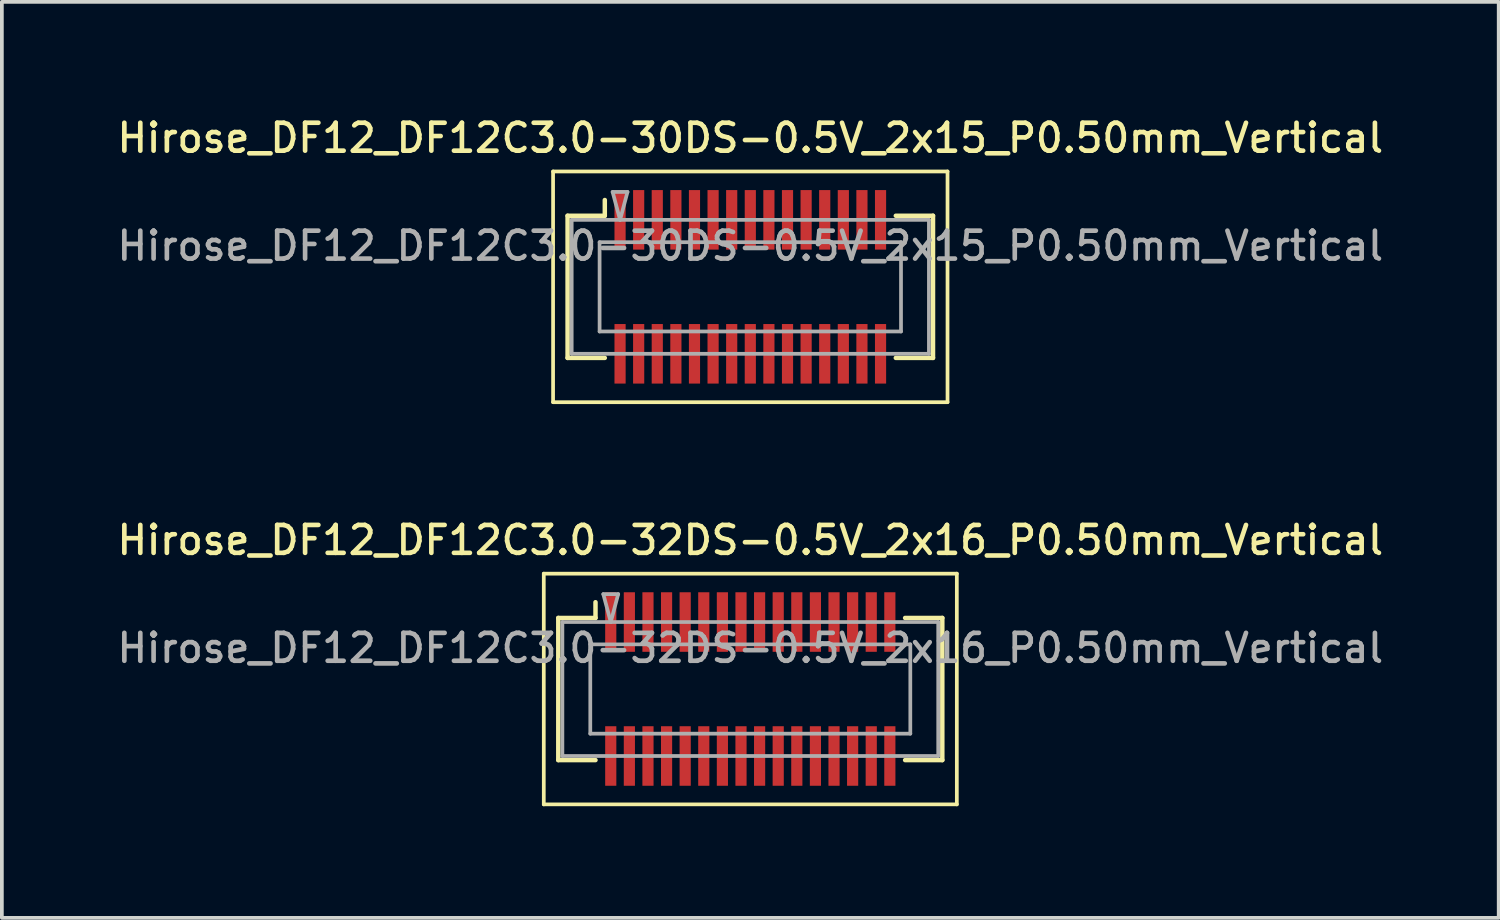
<source format=kicad_pcb>
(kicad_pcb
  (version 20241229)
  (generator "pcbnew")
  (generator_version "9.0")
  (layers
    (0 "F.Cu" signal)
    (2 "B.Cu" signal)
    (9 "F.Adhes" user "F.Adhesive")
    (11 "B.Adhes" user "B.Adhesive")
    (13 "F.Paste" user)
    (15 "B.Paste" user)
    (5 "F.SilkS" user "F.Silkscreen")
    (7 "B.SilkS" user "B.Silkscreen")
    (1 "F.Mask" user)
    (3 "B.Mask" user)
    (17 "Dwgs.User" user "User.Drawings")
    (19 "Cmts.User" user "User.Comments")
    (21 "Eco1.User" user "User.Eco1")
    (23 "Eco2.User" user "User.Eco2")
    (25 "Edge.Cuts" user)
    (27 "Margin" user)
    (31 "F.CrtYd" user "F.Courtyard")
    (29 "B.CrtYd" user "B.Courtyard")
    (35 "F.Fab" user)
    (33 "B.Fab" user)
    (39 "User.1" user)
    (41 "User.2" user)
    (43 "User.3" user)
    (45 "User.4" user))
  (footprint "Hirose_DF12_DF12C3.0-30DS-0.5V_2x15_P0.50mm_Vertical"
    (layer "F.Cu")
    (at 17.113 4.658)
    (property "Reference" "Hirose_DF12_DF12C3.0-30DS-0.5V_2x15_P0.50mm_Vertical" (at 0 -4 0) (layer "F.SilkS") (effects (font (size 0.75 0.75) (thickness 0.125))))
    (attr smd)
    (fp_line (start -5.3 -3.1) (end -5.3 3.1) (stroke (width 0.1) (type solid)) (layer "F.SilkS"))
    (fp_line (start -5.3 3.1) (end 5.3 3.1) (stroke (width 0.1) (type solid)) (layer "F.SilkS"))
    (fp_line (start -4.91 -1.91) (end -3.91 -1.91) (stroke (width 0.12) (type solid)) (layer "F.SilkS"))
    (fp_line (start -4.91 1.91) (end -4.91 -1.91) (stroke (width 0.12) (type solid)) (layer "F.SilkS"))
    (fp_line (start -3.91 -1.91) (end -3.91 -2.333) (stroke (width 0.12) (type solid)) (layer "F.SilkS"))
    (fp_line (start -3.91 1.91) (end -4.91 1.91) (stroke (width 0.12) (type solid)) (layer "F.SilkS"))
    (fp_line (start 3.91 1.91) (end 4.91 1.91) (stroke (width 0.12) (type solid)) (layer "F.SilkS"))
    (fp_line (start 4.91 -1.91) (end 3.91 -1.91) (stroke (width 0.12) (type solid)) (layer "F.SilkS"))
    (fp_line (start 4.91 1.91) (end 4.91 -1.91) (stroke (width 0.12) (type solid)) (layer "F.SilkS"))
    (fp_line (start 5.3 -3.1) (end -5.3 -3.1) (stroke (width 0.1) (type solid)) (layer "F.SilkS"))
    (fp_line (start 5.3 3.1) (end 5.3 -3.1) (stroke (width 0.1) (type solid)) (layer "F.SilkS"))
    (fp_line (start -4.8 -1.8) (end 4.8 -1.8) (stroke (width 0.1) (type solid)) (layer "F.Fab"))
    (fp_line (start -4.8 1.8) (end -4.8 -1.8) (stroke (width 0.1) (type solid)) (layer "F.Fab"))
    (fp_line (start -4.05 -1.2) (end 4.05 -1.2) (stroke (width 0.1) (type solid)) (layer "F.Fab"))
    (fp_line (start -4.05 1.2) (end -4.05 -1.2) (stroke (width 0.1) (type solid)) (layer "F.Fab"))
    (fp_line (start -3.7 -2.55) (end -3.5 -1.8) (stroke (width 0.1) (type solid)) (layer "F.Fab"))
    (fp_line (start -3.5 -1.8) (end -3.3 -2.55) (stroke (width 0.1) (type solid)) (layer "F.Fab"))
    (fp_line (start -3.3 -2.55) (end -3.7 -2.55) (stroke (width 0.1) (type solid)) (layer "F.Fab"))
    (fp_line (start 4.05 -1.2) (end 4.05 1.2) (stroke (width 0.1) (type solid)) (layer "F.Fab"))
    (fp_line (start 4.05 1.2) (end -4.05 1.2) (stroke (width 0.1) (type solid)) (layer "F.Fab"))
    (fp_line (start 4.8 -1.8) (end 4.8 1.8) (stroke (width 0.1) (type solid)) (layer "F.Fab"))
    (fp_line (start 4.8 1.8) (end -4.8 1.8) (stroke (width 0.1) (type solid)) (layer "F.Fab"))
    (fp_text user "${REFERENCE}" (at 0 -1.1 0) (layer "F.Fab") (effects (font (size 0.75 0.75) (thickness 0.125))))
    (pad "" smd rect (at -3.5 -2) (size 0.28 1.2) (layers "F.Paste"))
    (pad "" smd rect (at -3.5 2) (size 0.28 1.2) (layers "F.Paste"))
    (pad "" smd rect (at -3 -2) (size 0.28 1.2) (layers "F.Paste"))
    (pad "" smd rect (at -3 2) (size 0.28 1.2) (layers "F.Paste"))
    (pad "" smd rect (at -2.5 -2) (size 0.28 1.2) (layers "F.Paste"))
    (pad "" smd rect (at -2.5 2) (size 0.28 1.2) (layers "F.Paste"))
    (pad "" smd rect (at -2 -2) (size 0.28 1.2) (layers "F.Paste"))
    (pad "" smd rect (at -2 2) (size 0.28 1.2) (layers "F.Paste"))
    (pad "" smd rect (at -1.5 -2) (size 0.28 1.2) (layers "F.Paste"))
    (pad "" smd rect (at -1.5 2) (size 0.28 1.2) (layers "F.Paste"))
    (pad "" smd rect (at -1 -2) (size 0.28 1.2) (layers "F.Paste"))
    (pad "" smd rect (at -1 2) (size 0.28 1.2) (layers "F.Paste"))
    (pad "" smd rect (at -0.5 -2) (size 0.28 1.2) (layers "F.Paste"))
    (pad "" smd rect (at -0.5 2) (size 0.28 1.2) (layers "F.Paste"))
    (pad "" smd rect (at 0 -2) (size 0.28 1.2) (layers "F.Paste"))
    (pad "" smd rect (at 0 2) (size 0.28 1.2) (layers "F.Paste"))
    (pad "" smd rect (at 0.5 -2) (size 0.28 1.2) (layers "F.Paste"))
    (pad "" smd rect (at 0.5 2) (size 0.28 1.2) (layers "F.Paste"))
    (pad "" smd rect (at 1 -2) (size 0.28 1.2) (layers "F.Paste"))
    (pad "" smd rect (at 1 2) (size 0.28 1.2) (layers "F.Paste"))
    (pad "" smd rect (at 1.5 -2) (size 0.28 1.2) (layers "F.Paste"))
    (pad "" smd rect (at 1.5 2) (size 0.28 1.2) (layers "F.Paste"))
    (pad "" smd rect (at 2 -2) (size 0.28 1.2) (layers "F.Paste"))
    (pad "" smd rect (at 2 2) (size 0.28 1.2) (layers "F.Paste"))
    (pad "" smd rect (at 2.5 -2) (size 0.28 1.2) (layers "F.Paste"))
    (pad "" smd rect (at 2.5 2) (size 0.28 1.2) (layers "F.Paste"))
    (pad "" smd rect (at 3 -2) (size 0.28 1.2) (layers "F.Paste"))
    (pad "" smd rect (at 3 2) (size 0.28 1.2) (layers "F.Paste"))
    (pad "" smd rect (at 3.5 -2) (size 0.28 1.2) (layers "F.Paste"))
    (pad "" smd rect (at 3.5 2) (size 0.28 1.2) (layers "F.Paste"))
    (pad "1" smd rect (at -3.5 -1.8) (size 0.3 1.6) (layers "F.Cu" "F.Mask"))
    (pad "2" smd rect (at -3 -1.8) (size 0.3 1.6) (layers "F.Cu" "F.Mask"))
    (pad "3" smd rect (at -2.5 -1.8) (size 0.3 1.6) (layers "F.Cu" "F.Mask"))
    (pad "4" smd rect (at -2 -1.8) (size 0.3 1.6) (layers "F.Cu" "F.Mask"))
    (pad "5" smd rect (at -1.5 -1.8) (size 0.3 1.6) (layers "F.Cu" "F.Mask"))
    (pad "6" smd rect (at -1 -1.8) (size 0.3 1.6) (layers "F.Cu" "F.Mask"))
    (pad "7" smd rect (at -0.5 -1.8) (size 0.3 1.6) (layers "F.Cu" "F.Mask"))
    (pad "8" smd rect (at 0 -1.8) (size 0.3 1.6) (layers "F.Cu" "F.Mask"))
    (pad "9" smd rect (at 0.5 -1.8) (size 0.3 1.6) (layers "F.Cu" "F.Mask"))
    (pad "10" smd rect (at 1 -1.8) (size 0.3 1.6) (layers "F.Cu" "F.Mask"))
    (pad "11" smd rect (at 1.5 -1.8) (size 0.3 1.6) (layers "F.Cu" "F.Mask"))
    (pad "12" smd rect (at 2 -1.8) (size 0.3 1.6) (layers "F.Cu" "F.Mask"))
    (pad "13" smd rect (at 2.5 -1.8) (size 0.3 1.6) (layers "F.Cu" "F.Mask"))
    (pad "14" smd rect (at 3 -1.8) (size 0.3 1.6) (layers "F.Cu" "F.Mask"))
    (pad "15" smd rect (at 3.5 -1.8) (size 0.3 1.6) (layers "F.Cu" "F.Mask"))
    (pad "16" smd rect (at -3.5 1.8) (size 0.3 1.6) (layers "F.Cu" "F.Mask"))
    (pad "17" smd rect (at -3 1.8) (size 0.3 1.6) (layers "F.Cu" "F.Mask"))
    (pad "18" smd rect (at -2.5 1.8) (size 0.3 1.6) (layers "F.Cu" "F.Mask"))
    (pad "19" smd rect (at -2 1.8) (size 0.3 1.6) (layers "F.Cu" "F.Mask"))
    (pad "20" smd rect (at -1.5 1.8) (size 0.3 1.6) (layers "F.Cu" "F.Mask"))
    (pad "21" smd rect (at -1 1.8) (size 0.3 1.6) (layers "F.Cu" "F.Mask"))
    (pad "22" smd rect (at -0.5 1.8) (size 0.3 1.6) (layers "F.Cu" "F.Mask"))
    (pad "23" smd rect (at 0 1.8) (size 0.3 1.6) (layers "F.Cu" "F.Mask"))
    (pad "24" smd rect (at 0.5 1.8) (size 0.3 1.6) (layers "F.Cu" "F.Mask"))
    (pad "25" smd rect (at 1 1.8) (size 0.3 1.6) (layers "F.Cu" "F.Mask"))
    (pad "26" smd rect (at 1.5 1.8) (size 0.3 1.6) (layers "F.Cu" "F.Mask"))
    (pad "27" smd rect (at 2 1.8) (size 0.3 1.6) (layers "F.Cu" "F.Mask"))
    (pad "28" smd rect (at 2.5 1.8) (size 0.3 1.6) (layers "F.Cu" "F.Mask"))
    (pad "29" smd rect (at 3 1.8) (size 0.3 1.6) (layers "F.Cu" "F.Mask"))
    (pad "30" smd rect (at 3.5 1.8) (size 0.3 1.6) (layers "F.Cu" "F.Mask")))
  (footprint "Hirose_DF12_DF12C3.0-32DS-0.5V_2x16_P0.50mm_Vertical"
    (layer "F.Cu")
    (at 17.113 15.466)
    (property "Reference" "Hirose_DF12_DF12C3.0-32DS-0.5V_2x16_P0.50mm_Vertical" (at 0 -4 0) (layer "F.SilkS") (effects (font (size 0.75 0.75) (thickness 0.125))))
    (attr smd)
    (fp_line (start -5.55 -3.1) (end -5.55 3.1) (stroke (width 0.1) (type solid)) (layer "F.SilkS"))
    (fp_line (start -5.55 3.1) (end 5.55 3.1) (stroke (width 0.1) (type solid)) (layer "F.SilkS"))
    (fp_line (start -5.16 -1.91) (end -4.16 -1.91) (stroke (width 0.12) (type solid)) (layer "F.SilkS"))
    (fp_line (start -5.16 1.91) (end -5.16 -1.91) (stroke (width 0.12) (type solid)) (layer "F.SilkS"))
    (fp_line (start -4.16 -1.91) (end -4.16 -2.333) (stroke (width 0.12) (type solid)) (layer "F.SilkS"))
    (fp_line (start -4.16 1.91) (end -5.16 1.91) (stroke (width 0.12) (type solid)) (layer "F.SilkS"))
    (fp_line (start 4.16 1.91) (end 5.16 1.91) (stroke (width 0.12) (type solid)) (layer "F.SilkS"))
    (fp_line (start 5.16 -1.91) (end 4.16 -1.91) (stroke (width 0.12) (type solid)) (layer "F.SilkS"))
    (fp_line (start 5.16 1.91) (end 5.16 -1.91) (stroke (width 0.12) (type solid)) (layer "F.SilkS"))
    (fp_line (start 5.55 -3.1) (end -5.55 -3.1) (stroke (width 0.1) (type solid)) (layer "F.SilkS"))
    (fp_line (start 5.55 3.1) (end 5.55 -3.1) (stroke (width 0.1) (type solid)) (layer "F.SilkS"))
    (fp_line (start -5.05 -1.8) (end 5.05 -1.8) (stroke (width 0.1) (type solid)) (layer "F.Fab"))
    (fp_line (start -5.05 1.8) (end -5.05 -1.8) (stroke (width 0.1) (type solid)) (layer "F.Fab"))
    (fp_line (start -4.3 -1.2) (end 4.3 -1.2) (stroke (width 0.1) (type solid)) (layer "F.Fab"))
    (fp_line (start -4.3 1.2) (end -4.3 -1.2) (stroke (width 0.1) (type solid)) (layer "F.Fab"))
    (fp_line (start -3.95 -2.55) (end -3.75 -1.8) (stroke (width 0.1) (type solid)) (layer "F.Fab"))
    (fp_line (start -3.75 -1.8) (end -3.55 -2.55) (stroke (width 0.1) (type solid)) (layer "F.Fab"))
    (fp_line (start -3.55 -2.55) (end -3.95 -2.55) (stroke (width 0.1) (type solid)) (layer "F.Fab"))
    (fp_line (start 4.3 -1.2) (end 4.3 1.2) (stroke (width 0.1) (type solid)) (layer "F.Fab"))
    (fp_line (start 4.3 1.2) (end -4.3 1.2) (stroke (width 0.1) (type solid)) (layer "F.Fab"))
    (fp_line (start 5.05 -1.8) (end 5.05 1.8) (stroke (width 0.1) (type solid)) (layer "F.Fab"))
    (fp_line (start 5.05 1.8) (end -5.05 1.8) (stroke (width 0.1) (type solid)) (layer "F.Fab"))
    (fp_text user "${REFERENCE}" (at 0 -1.1 0) (layer "F.Fab") (effects (font (size 0.75 0.75) (thickness 0.125))))
    (pad "" smd rect (at -3.75 -2) (size 0.28 1.2) (layers "F.Paste"))
    (pad "" smd rect (at -3.75 2) (size 0.28 1.2) (layers "F.Paste"))
    (pad "" smd rect (at -3.25 -2) (size 0.28 1.2) (layers "F.Paste"))
    (pad "" smd rect (at -3.25 2) (size 0.28 1.2) (layers "F.Paste"))
    (pad "" smd rect (at -2.75 -2) (size 0.28 1.2) (layers "F.Paste"))
    (pad "" smd rect (at -2.75 2) (size 0.28 1.2) (layers "F.Paste"))
    (pad "" smd rect (at -2.25 -2) (size 0.28 1.2) (layers "F.Paste"))
    (pad "" smd rect (at -2.25 2) (size 0.28 1.2) (layers "F.Paste"))
    (pad "" smd rect (at -1.75 -2) (size 0.28 1.2) (layers "F.Paste"))
    (pad "" smd rect (at -1.75 2) (size 0.28 1.2) (layers "F.Paste"))
    (pad "" smd rect (at -1.25 -2) (size 0.28 1.2) (layers "F.Paste"))
    (pad "" smd rect (at -1.25 2) (size 0.28 1.2) (layers "F.Paste"))
    (pad "" smd rect (at -0.75 -2) (size 0.28 1.2) (layers "F.Paste"))
    (pad "" smd rect (at -0.75 2) (size 0.28 1.2) (layers "F.Paste"))
    (pad "" smd rect (at -0.25 -2) (size 0.28 1.2) (layers "F.Paste"))
    (pad "" smd rect (at -0.25 2) (size 0.28 1.2) (layers "F.Paste"))
    (pad "" smd rect (at 0.25 -2) (size 0.28 1.2) (layers "F.Paste"))
    (pad "" smd rect (at 0.25 2) (size 0.28 1.2) (layers "F.Paste"))
    (pad "" smd rect (at 0.75 -2) (size 0.28 1.2) (layers "F.Paste"))
    (pad "" smd rect (at 0.75 2) (size 0.28 1.2) (layers "F.Paste"))
    (pad "" smd rect (at 1.25 -2) (size 0.28 1.2) (layers "F.Paste"))
    (pad "" smd rect (at 1.25 2) (size 0.28 1.2) (layers "F.Paste"))
    (pad "" smd rect (at 1.75 -2) (size 0.28 1.2) (layers "F.Paste"))
    (pad "" smd rect (at 1.75 2) (size 0.28 1.2) (layers "F.Paste"))
    (pad "" smd rect (at 2.25 -2) (size 0.28 1.2) (layers "F.Paste"))
    (pad "" smd rect (at 2.25 2) (size 0.28 1.2) (layers "F.Paste"))
    (pad "" smd rect (at 2.75 -2) (size 0.28 1.2) (layers "F.Paste"))
    (pad "" smd rect (at 2.75 2) (size 0.28 1.2) (layers "F.Paste"))
    (pad "" smd rect (at 3.25 -2) (size 0.28 1.2) (layers "F.Paste"))
    (pad "" smd rect (at 3.25 2) (size 0.28 1.2) (layers "F.Paste"))
    (pad "" smd rect (at 3.75 -2) (size 0.28 1.2) (layers "F.Paste"))
    (pad "" smd rect (at 3.75 2) (size 0.28 1.2) (layers "F.Paste"))
    (pad "1" smd rect (at -3.75 -1.8) (size 0.3 1.6) (layers "F.Cu" "F.Mask"))
    (pad "2" smd rect (at -3.25 -1.8) (size 0.3 1.6) (layers "F.Cu" "F.Mask"))
    (pad "3" smd rect (at -2.75 -1.8) (size 0.3 1.6) (layers "F.Cu" "F.Mask"))
    (pad "4" smd rect (at -2.25 -1.8) (size 0.3 1.6) (layers "F.Cu" "F.Mask"))
    (pad "5" smd rect (at -1.75 -1.8) (size 0.3 1.6) (layers "F.Cu" "F.Mask"))
    (pad "6" smd rect (at -1.25 -1.8) (size 0.3 1.6) (layers "F.Cu" "F.Mask"))
    (pad "7" smd rect (at -0.75 -1.8) (size 0.3 1.6) (layers "F.Cu" "F.Mask"))
    (pad "8" smd rect (at -0.25 -1.8) (size 0.3 1.6) (layers "F.Cu" "F.Mask"))
    (pad "9" smd rect (at 0.25 -1.8) (size 0.3 1.6) (layers "F.Cu" "F.Mask"))
    (pad "10" smd rect (at 0.75 -1.8) (size 0.3 1.6) (layers "F.Cu" "F.Mask"))
    (pad "11" smd rect (at 1.25 -1.8) (size 0.3 1.6) (layers "F.Cu" "F.Mask"))
    (pad "12" smd rect (at 1.75 -1.8) (size 0.3 1.6) (layers "F.Cu" "F.Mask"))
    (pad "13" smd rect (at 2.25 -1.8) (size 0.3 1.6) (layers "F.Cu" "F.Mask"))
    (pad "14" smd rect (at 2.75 -1.8) (size 0.3 1.6) (layers "F.Cu" "F.Mask"))
    (pad "15" smd rect (at 3.25 -1.8) (size 0.3 1.6) (layers "F.Cu" "F.Mask"))
    (pad "16" smd rect (at 3.75 -1.8) (size 0.3 1.6) (layers "F.Cu" "F.Mask"))
    (pad "17" smd rect (at -3.75 1.8) (size 0.3 1.6) (layers "F.Cu" "F.Mask"))
    (pad "18" smd rect (at -3.25 1.8) (size 0.3 1.6) (layers "F.Cu" "F.Mask"))
    (pad "19" smd rect (at -2.75 1.8) (size 0.3 1.6) (layers "F.Cu" "F.Mask"))
    (pad "20" smd rect (at -2.25 1.8) (size 0.3 1.6) (layers "F.Cu" "F.Mask"))
    (pad "21" smd rect (at -1.75 1.8) (size 0.3 1.6) (layers "F.Cu" "F.Mask"))
    (pad "22" smd rect (at -1.25 1.8) (size 0.3 1.6) (layers "F.Cu" "F.Mask"))
    (pad "23" smd rect (at -0.75 1.8) (size 0.3 1.6) (layers "F.Cu" "F.Mask"))
    (pad "24" smd rect (at -0.25 1.8) (size 0.3 1.6) (layers "F.Cu" "F.Mask"))
    (pad "25" smd rect (at 0.25 1.8) (size 0.3 1.6) (layers "F.Cu" "F.Mask"))
    (pad "26" smd rect (at 0.75 1.8) (size 0.3 1.6) (layers "F.Cu" "F.Mask"))
    (pad "27" smd rect (at 1.25 1.8) (size 0.3 1.6) (layers "F.Cu" "F.Mask"))
    (pad "28" smd rect (at 1.75 1.8) (size 0.3 1.6) (layers "F.Cu" "F.Mask"))
    (pad "29" smd rect (at 2.25 1.8) (size 0.3 1.6) (layers "F.Cu" "F.Mask"))
    (pad "30" smd rect (at 2.75 1.8) (size 0.3 1.6) (layers "F.Cu" "F.Mask"))
    (pad "31" smd rect (at 3.25 1.8) (size 0.3 1.6) (layers "F.Cu" "F.Mask"))
    (pad "32" smd rect (at 3.75 1.8) (size 0.3 1.6) (layers "F.Cu" "F.Mask")))
  (gr_rect
    (start -3 -3)
    (end 37.225 21.616)
    (stroke (width 0.1) (type default))
    (fill no)
    (layer "Edge.Cuts")))
</source>
